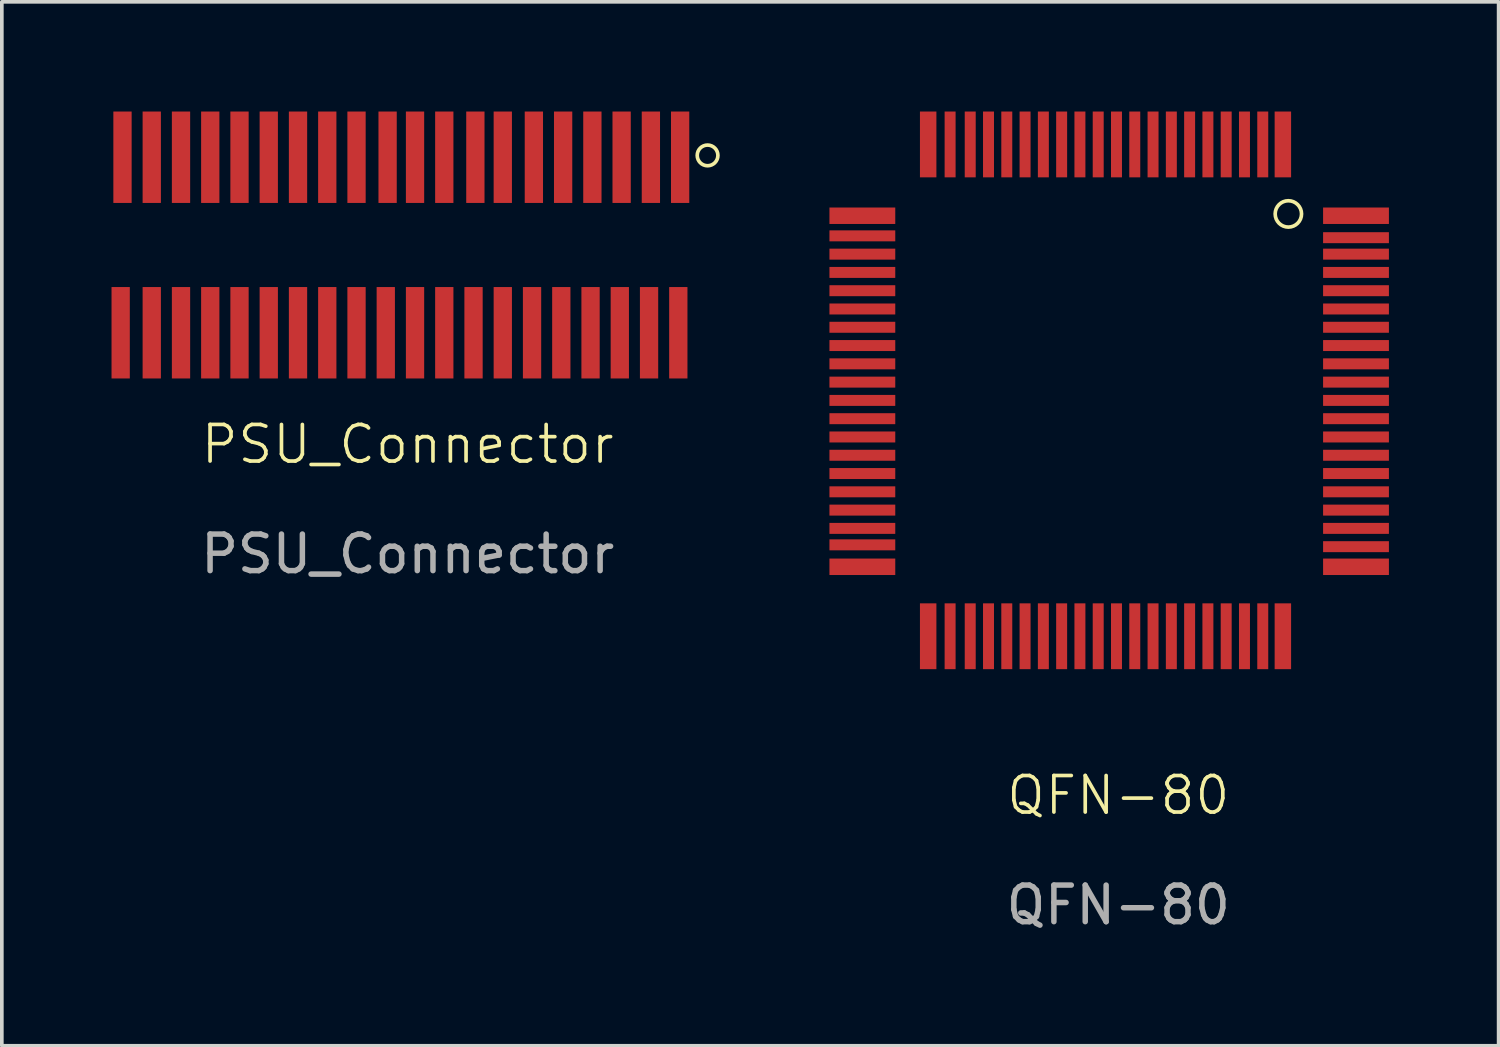
<source format=kicad_pcb>
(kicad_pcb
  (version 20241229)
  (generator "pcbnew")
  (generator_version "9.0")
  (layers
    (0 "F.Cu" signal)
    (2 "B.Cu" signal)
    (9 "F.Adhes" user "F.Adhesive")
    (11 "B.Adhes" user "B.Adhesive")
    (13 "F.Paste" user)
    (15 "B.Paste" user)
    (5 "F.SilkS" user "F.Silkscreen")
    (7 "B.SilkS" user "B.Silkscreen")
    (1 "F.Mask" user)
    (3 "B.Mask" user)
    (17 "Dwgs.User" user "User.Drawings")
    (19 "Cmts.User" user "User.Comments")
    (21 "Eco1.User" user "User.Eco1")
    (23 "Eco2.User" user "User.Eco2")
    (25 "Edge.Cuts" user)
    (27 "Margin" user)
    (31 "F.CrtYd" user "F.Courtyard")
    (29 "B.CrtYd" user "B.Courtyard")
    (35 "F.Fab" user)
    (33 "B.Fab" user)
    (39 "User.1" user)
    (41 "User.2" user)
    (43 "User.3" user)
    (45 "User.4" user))
  (footprint "QFN-80"
    (layer "F.Cu")
    (at 27.483 7.65)
    (property "Reference" "QFN-80" (at 0.05 11.05 0) (unlocked yes) (layer "F.SilkS") (effects (font (size 1 1) (thickness 0.1))))
    (attr smd)
    (fp_circle (center 4.7 -4.85) (end 5 -4.65) (stroke (width 0.1) (type default)) (fill no) (layer "F.SilkS"))
    (fp_text user "${REFERENCE}" (at 0.05 14.05 0) (unlocked yes) (layer "F.Fab") (effects (font (size 1 1) (thickness 0.15))))
    (pad "1" smd rect (at 4.55 -6.75 90) (size 1.8 0.45) (layers "F.Cu" "F.Mask" "F.Paste"))
    (pad "2" smd rect (at 4 -6.75 90) (size 1.8 0.3) (layers "F.Cu" "F.Mask" "F.Paste"))
    (pad "3" smd rect (at 3.5 -6.75 90) (size 1.8 0.3) (layers "F.Cu" "F.Mask" "F.Paste"))
    (pad "4" smd rect (at 3 -6.75 90) (size 1.8 0.3) (layers "F.Cu" "F.Mask" "F.Paste"))
    (pad "5" smd rect (at 2.5 -6.75 90) (size 1.8 0.3) (layers "F.Cu" "F.Mask" "F.Paste"))
    (pad "6" smd rect (at 2 -6.75 90) (size 1.8 0.3) (layers "F.Cu" "F.Mask" "F.Paste"))
    (pad "7" smd rect (at 1.5 -6.75 90) (size 1.8 0.3) (layers "F.Cu" "F.Mask" "F.Paste"))
    (pad "8" smd rect (at 1 -6.75 90) (size 1.8 0.3) (layers "F.Cu" "F.Mask" "F.Paste"))
    (pad "9" smd rect (at 0.5 -6.75 90) (size 1.8 0.3) (layers "F.Cu" "F.Mask" "F.Paste"))
    (pad "10" smd rect (at 0 -6.75 90) (size 1.8 0.3) (layers "F.Cu" "F.Mask" "F.Paste"))
    (pad "11" smd rect (at -0.5 -6.75 90) (size 1.8 0.3) (layers "F.Cu" "F.Mask" "F.Paste"))
    (pad "12" smd rect (at -1 -6.75 90) (size 1.8 0.3) (layers "F.Cu" "F.Mask" "F.Paste"))
    (pad "13" smd rect (at -1.5 -6.75 90) (size 1.8 0.3) (layers "F.Cu" "F.Mask" "F.Paste"))
    (pad "14" smd rect (at -2 -6.75 90) (size 1.8 0.3) (layers "F.Cu" "F.Mask" "F.Paste"))
    (pad "15" smd rect (at -2.5 -6.75 90) (size 1.8 0.3) (layers "F.Cu" "F.Mask" "F.Paste"))
    (pad "16" smd rect (at -3 -6.75 90) (size 1.8 0.3) (layers "F.Cu" "F.Mask" "F.Paste"))
    (pad "17" smd rect (at -3.5 -6.75 90) (size 1.8 0.3) (layers "F.Cu" "F.Mask" "F.Paste"))
    (pad "18" smd rect (at -4 -6.75 90) (size 1.8 0.3) (layers "F.Cu" "F.Mask" "F.Paste"))
    (pad "19" smd rect (at -4.55 -6.75 90) (size 1.8 0.3) (layers "F.Cu" "F.Mask" "F.Paste"))
    (pad "20" smd rect (at -5.15 -6.75 90) (size 1.8 0.45) (layers "F.Cu" "F.Mask" "F.Paste"))
    (pad "21" smd rect (at -6.95 -4.8 180) (size 1.8 0.45) (layers "F.Cu" "F.Mask" "F.Paste"))
    (pad "22" smd rect (at -6.95 -4.25 180) (size 1.8 0.3) (layers "F.Cu" "F.Mask" "F.Paste"))
    (pad "23" smd rect (at -6.95 -3.75 180) (size 1.8 0.3) (layers "F.Cu" "F.Mask" "F.Paste"))
    (pad "24" smd rect (at -6.95 -3.25 180) (size 1.8 0.3) (layers "F.Cu" "F.Mask" "F.Paste"))
    (pad "25" smd rect (at -6.95 -2.75 180) (size 1.8 0.3) (layers "F.Cu" "F.Mask" "F.Paste"))
    (pad "26" smd rect (at -6.95 -2.25 180) (size 1.8 0.3) (layers "F.Cu" "F.Mask" "F.Paste"))
    (pad "27" smd rect (at -6.95 -1.75 180) (size 1.8 0.3) (layers "F.Cu" "F.Mask" "F.Paste"))
    (pad "28" smd rect (at -6.95 -1.25 180) (size 1.8 0.3) (layers "F.Cu" "F.Mask" "F.Paste"))
    (pad "29" smd rect (at -6.95 -0.75 180) (size 1.8 0.3) (layers "F.Cu" "F.Mask" "F.Paste"))
    (pad "30" smd rect (at -6.95 -0.25 180) (size 1.8 0.3) (layers "F.Cu" "F.Mask" "F.Paste"))
    (pad "31" smd rect (at -6.95 0.25 180) (size 1.8 0.3) (layers "F.Cu" "F.Mask" "F.Paste"))
    (pad "32" smd rect (at -6.95 0.75 180) (size 1.8 0.3) (layers "F.Cu" "F.Mask" "F.Paste"))
    (pad "33" smd rect (at -6.95 1.25 180) (size 1.8 0.3) (layers "F.Cu" "F.Mask" "F.Paste"))
    (pad "34" smd rect (at -6.95 1.75 180) (size 1.8 0.3) (layers "F.Cu" "F.Mask" "F.Paste"))
    (pad "35" smd rect (at -6.95 2.25 180) (size 1.8 0.3) (layers "F.Cu" "F.Mask" "F.Paste"))
    (pad "36" smd rect (at -6.95 2.75 180) (size 1.8 0.3) (layers "F.Cu" "F.Mask" "F.Paste"))
    (pad "37" smd rect (at -6.95 3.25 180) (size 1.8 0.3) (layers "F.Cu" "F.Mask" "F.Paste"))
    (pad "38" smd rect (at -6.95 3.75 180) (size 1.8 0.3) (layers "F.Cu" "F.Mask" "F.Paste"))
    (pad "39" smd rect (at -6.95 4.2 180) (size 1.8 0.3) (layers "F.Cu" "F.Mask" "F.Paste"))
    (pad "40" smd rect (at -6.95 4.8 180) (size 1.8 0.45) (layers "F.Cu" "F.Mask" "F.Paste"))
    (pad "41" smd rect (at -5.15 6.7 270) (size 1.8 0.45) (layers "F.Cu" "F.Mask" "F.Paste"))
    (pad "42" smd rect (at -4.55 6.7 270) (size 1.8 0.3) (layers "F.Cu" "F.Mask" "F.Paste"))
    (pad "43" smd rect (at -4 6.7 270) (size 1.8 0.3) (layers "F.Cu" "F.Mask" "F.Paste"))
    (pad "44" smd rect (at -3.5 6.7 270) (size 1.8 0.3) (layers "F.Cu" "F.Mask" "F.Paste"))
    (pad "45" smd rect (at -3 6.7 270) (size 1.8 0.3) (layers "F.Cu" "F.Mask" "F.Paste"))
    (pad "46" smd rect (at -2.5 6.7 270) (size 1.8 0.3) (layers "F.Cu" "F.Mask" "F.Paste"))
    (pad "47" smd rect (at -2 6.7 270) (size 1.8 0.3) (layers "F.Cu" "F.Mask" "F.Paste"))
    (pad "48" smd rect (at -1.5 6.7 270) (size 1.8 0.3) (layers "F.Cu" "F.Mask" "F.Paste"))
    (pad "49" smd rect (at -1 6.7 270) (size 1.8 0.3) (layers "F.Cu" "F.Mask" "F.Paste"))
    (pad "50" smd rect (at -0.5 6.7 270) (size 1.8 0.3) (layers "F.Cu" "F.Mask" "F.Paste"))
    (pad "51" smd rect (at 0 6.7 270) (size 1.8 0.3) (layers "F.Cu" "F.Mask" "F.Paste"))
    (pad "52" smd rect (at 0.5 6.7 270) (size 1.8 0.3) (layers "F.Cu" "F.Mask" "F.Paste"))
    (pad "53" smd rect (at 1 6.7 270) (size 1.8 0.3) (layers "F.Cu" "F.Mask" "F.Paste"))
    (pad "54" smd rect (at 1.5 6.7 270) (size 1.8 0.3) (layers "F.Cu" "F.Mask" "F.Paste"))
    (pad "55" smd rect (at 2 6.7 270) (size 1.8 0.3) (layers "F.Cu" "F.Mask" "F.Paste"))
    (pad "56" smd rect (at 2.5 6.7 270) (size 1.8 0.3) (layers "F.Cu" "F.Mask" "F.Paste"))
    (pad "57" smd rect (at 3 6.7 270) (size 1.8 0.3) (layers "F.Cu" "F.Mask" "F.Paste"))
    (pad "58" smd rect (at 3.5 6.7 270) (size 1.8 0.3) (layers "F.Cu" "F.Mask" "F.Paste"))
    (pad "59" smd rect (at 4 6.7 270) (size 1.8 0.3) (layers "F.Cu" "F.Mask" "F.Paste"))
    (pad "60" smd rect (at 4.55 6.7 270) (size 1.8 0.45) (layers "F.Cu" "F.Mask" "F.Paste"))
    (pad "61" smd rect (at 6.55 4.8) (size 1.8 0.45) (layers "F.Cu" "F.Mask" "F.Paste"))
    (pad "62" smd rect (at 6.55 4.25) (size 1.8 0.3) (layers "F.Cu" "F.Mask" "F.Paste"))
    (pad "63" smd rect (at 6.55 3.75) (size 1.8 0.3) (layers "F.Cu" "F.Mask" "F.Paste"))
    (pad "64" smd rect (at 6.55 3.25) (size 1.8 0.3) (layers "F.Cu" "F.Mask" "F.Paste"))
    (pad "65" smd rect (at 6.55 2.75) (size 1.8 0.3) (layers "F.Cu" "F.Mask" "F.Paste"))
    (pad "66" smd rect (at 6.55 2.25) (size 1.8 0.3) (layers "F.Cu" "F.Mask" "F.Paste"))
    (pad "67" smd rect (at 6.55 1.75) (size 1.8 0.3) (layers "F.Cu" "F.Mask" "F.Paste"))
    (pad "68" smd rect (at 6.55 1.25) (size 1.8 0.3) (layers "F.Cu" "F.Mask" "F.Paste"))
    (pad "69" smd rect (at 6.55 0.75) (size 1.8 0.3) (layers "F.Cu" "F.Mask" "F.Paste"))
    (pad "70" smd rect (at 6.55 0.25) (size 1.8 0.3) (layers "F.Cu" "F.Mask" "F.Paste"))
    (pad "71" smd rect (at 6.55 -0.25) (size 1.8 0.3) (layers "F.Cu" "F.Mask" "F.Paste"))
    (pad "72" smd rect (at 6.55 -0.75) (size 1.8 0.3) (layers "F.Cu" "F.Mask" "F.Paste"))
    (pad "73" smd rect (at 6.55 -1.25) (size 1.8 0.3) (layers "F.Cu" "F.Mask" "F.Paste"))
    (pad "74" smd rect (at 6.55 -1.75) (size 1.8 0.3) (layers "F.Cu" "F.Mask" "F.Paste"))
    (pad "75" smd rect (at 6.55 -2.25) (size 1.8 0.3) (layers "F.Cu" "F.Mask" "F.Paste"))
    (pad "76" smd rect (at 6.55 -2.75) (size 1.8 0.3) (layers "F.Cu" "F.Mask" "F.Paste"))
    (pad "77" smd rect (at 6.55 -3.25) (size 1.8 0.3) (layers "F.Cu" "F.Mask" "F.Paste"))
    (pad "78" smd rect (at 6.55 -3.75) (size 1.8 0.3) (layers "F.Cu" "F.Mask" "F.Paste"))
    (pad "79" smd rect (at 6.55 -4.2) (size 1.8 0.3) (layers "F.Cu" "F.Mask" "F.Paste"))
    (pad "80" smd rect (at 6.55 -4.8) (size 1.8 0.45) (layers "F.Cu" "F.Mask" "F.Paste")))
  (footprint "PSU_Connector"
    (layer "F.Cu")
    (at 8.1 3.65)
    (property "Reference" "PSU_Connector" (at 0 5.45 0) (unlocked yes) (layer "F.SilkS") (effects (font (size 1 1) (thickness 0.1))))
    (attr smd)
    (fp_circle (center 8.2 -2.45) (end 8.4 -2.65) (stroke (width 0.1) (type default)) (fill no) (layer "F.SilkS"))
    (fp_text user "${REFERENCE}" (at 0 8.45 0) (unlocked yes) (layer "F.Fab") (effects (font (size 1 1) (thickness 0.15))))
    (pad "1" smd rect (at 7.45 -2.4 270) (size 2.5 0.5) (layers "F.Cu" "F.Mask" "F.Paste"))
    (pad "2" smd rect (at 6.65 -2.4 270) (size 2.5 0.5) (layers "F.Cu" "F.Mask" "F.Paste"))
    (pad "3" smd rect (at 5.85 -2.4 270) (size 2.5 0.5) (layers "F.Cu" "F.Mask" "F.Paste"))
    (pad "4" smd rect (at 5.05 -2.4 270) (size 2.5 0.5) (layers "F.Cu" "F.Mask" "F.Paste"))
    (pad "5" smd rect (at 4.25 -2.4 270) (size 2.5 0.5) (layers "F.Cu" "F.Mask" "F.Paste"))
    (pad "6" smd rect (at 3.45 -2.4 270) (size 2.5 0.5) (layers "F.Cu" "F.Mask" "F.Paste"))
    (pad "7" smd rect (at 2.6 -2.4 270) (size 2.5 0.5) (layers "F.Cu" "F.Mask" "F.Paste"))
    (pad "8" smd rect (at 1.85 -2.4 270) (size 2.5 0.5) (layers "F.Cu" "F.Mask" "F.Paste"))
    (pad "9" smd rect (at 1 -2.4 270) (size 2.5 0.5) (layers "F.Cu" "F.Mask" "F.Paste"))
    (pad "10" smd rect (at 0.2 -2.4 270) (size 2.5 0.5) (layers "F.Cu" "F.Mask" "F.Paste"))
    (pad "11" smd rect (at -0.55 -2.4 270) (size 2.5 0.5) (layers "F.Cu" "F.Mask" "F.Paste"))
    (pad "12" smd rect (at -1.4 -2.4 270) (size 2.5 0.5) (layers "F.Cu" "F.Mask" "F.Paste"))
    (pad "13" smd rect (at -2.2 -2.4 270) (size 2.5 0.5) (layers "F.Cu" "F.Mask" "F.Paste"))
    (pad "14" smd rect (at -3 -2.4 270) (size 2.5 0.5) (layers "F.Cu" "F.Mask" "F.Paste"))
    (pad "15" smd rect (at -3.8 -2.4 270) (size 2.5 0.5) (layers "F.Cu" "F.Mask" "F.Paste"))
    (pad "16" smd rect (at -4.6 -2.4 270) (size 2.5 0.5) (layers "F.Cu" "F.Mask" "F.Paste"))
    (pad "17" smd rect (at -5.4 -2.4 270) (size 2.5 0.5) (layers "F.Cu" "F.Mask" "F.Paste"))
    (pad "18" smd rect (at -6.2 -2.4 270) (size 2.5 0.5) (layers "F.Cu" "F.Mask" "F.Paste"))
    (pad "19" smd rect (at -7 -2.4 270) (size 2.5 0.5) (layers "F.Cu" "F.Mask" "F.Paste"))
    (pad "20" smd rect (at -7.8 -2.4 270) (size 2.5 0.5) (layers "F.Cu" "F.Mask" "F.Paste"))
    (pad "21" smd rect (at 7.4 2.4 270) (size 2.5 0.5) (layers "F.Cu" "F.Mask" "F.Paste"))
    (pad "22" smd rect (at 6.6 2.4 270) (size 2.5 0.5) (layers "F.Cu" "F.Mask" "F.Paste"))
    (pad "23" smd rect (at 5.8 2.4 270) (size 2.5 0.5) (layers "F.Cu" "F.Mask" "F.Paste"))
    (pad "24" smd rect (at 5 2.4 270) (size 2.5 0.5) (layers "F.Cu" "F.Mask" "F.Paste"))
    (pad "25" smd rect (at 4.2 2.4 270) (size 2.5 0.5) (layers "F.Cu" "F.Mask" "F.Paste"))
    (pad "26" smd rect (at 3.4 2.4 270) (size 2.5 0.5) (layers "F.Cu" "F.Mask" "F.Paste"))
    (pad "27" smd rect (at 2.6 2.4 270) (size 2.5 0.5) (layers "F.Cu" "F.Mask" "F.Paste"))
    (pad "28" smd rect (at 1.8 2.4 270) (size 2.5 0.5) (layers "F.Cu" "F.Mask" "F.Paste"))
    (pad "29" smd rect (at 1 2.4 270) (size 2.5 0.5) (layers "F.Cu" "F.Mask" "F.Paste"))
    (pad "30" smd rect (at 0.2 2.4 270) (size 2.5 0.5) (layers "F.Cu" "F.Mask" "F.Paste"))
    (pad "31" smd rect (at -0.6 2.4 270) (size 2.5 0.5) (layers "F.Cu" "F.Mask" "F.Paste"))
    (pad "32" smd rect (at -1.4 2.4 270) (size 2.5 0.5) (layers "F.Cu" "F.Mask" "F.Paste"))
    (pad "33" smd rect (at -2.2 2.4 270) (size 2.5 0.5) (layers "F.Cu" "F.Mask" "F.Paste"))
    (pad "34" smd rect (at -3 2.4 270) (size 2.5 0.5) (layers "F.Cu" "F.Mask" "F.Paste"))
    (pad "35" smd rect (at -3.8 2.4 270) (size 2.5 0.5) (layers "F.Cu" "F.Mask" "F.Paste"))
    (pad "36" smd rect (at -4.6 2.4 270) (size 2.5 0.5) (layers "F.Cu" "F.Mask" "F.Paste"))
    (pad "37" smd rect (at -5.4 2.4 270) (size 2.5 0.5) (layers "F.Cu" "F.Mask" "F.Paste"))
    (pad "38" smd rect (at -6.2 2.4 270) (size 2.5 0.5) (layers "F.Cu" "F.Mask" "F.Paste"))
    (pad "39" smd rect (at -7 2.4 270) (size 2.5 0.5) (layers "F.Cu" "F.Mask" "F.Paste"))
    (pad "40" smd rect (at -7.85 2.4 270) (size 2.5 0.5) (layers "F.Cu" "F.Mask" "F.Paste")))
  (gr_rect
    (start -3 -3)
    (end 37.933 25.548)
    (stroke (width 0.1) (type default))
    (fill no)
    (layer "Edge.Cuts")))
</source>
